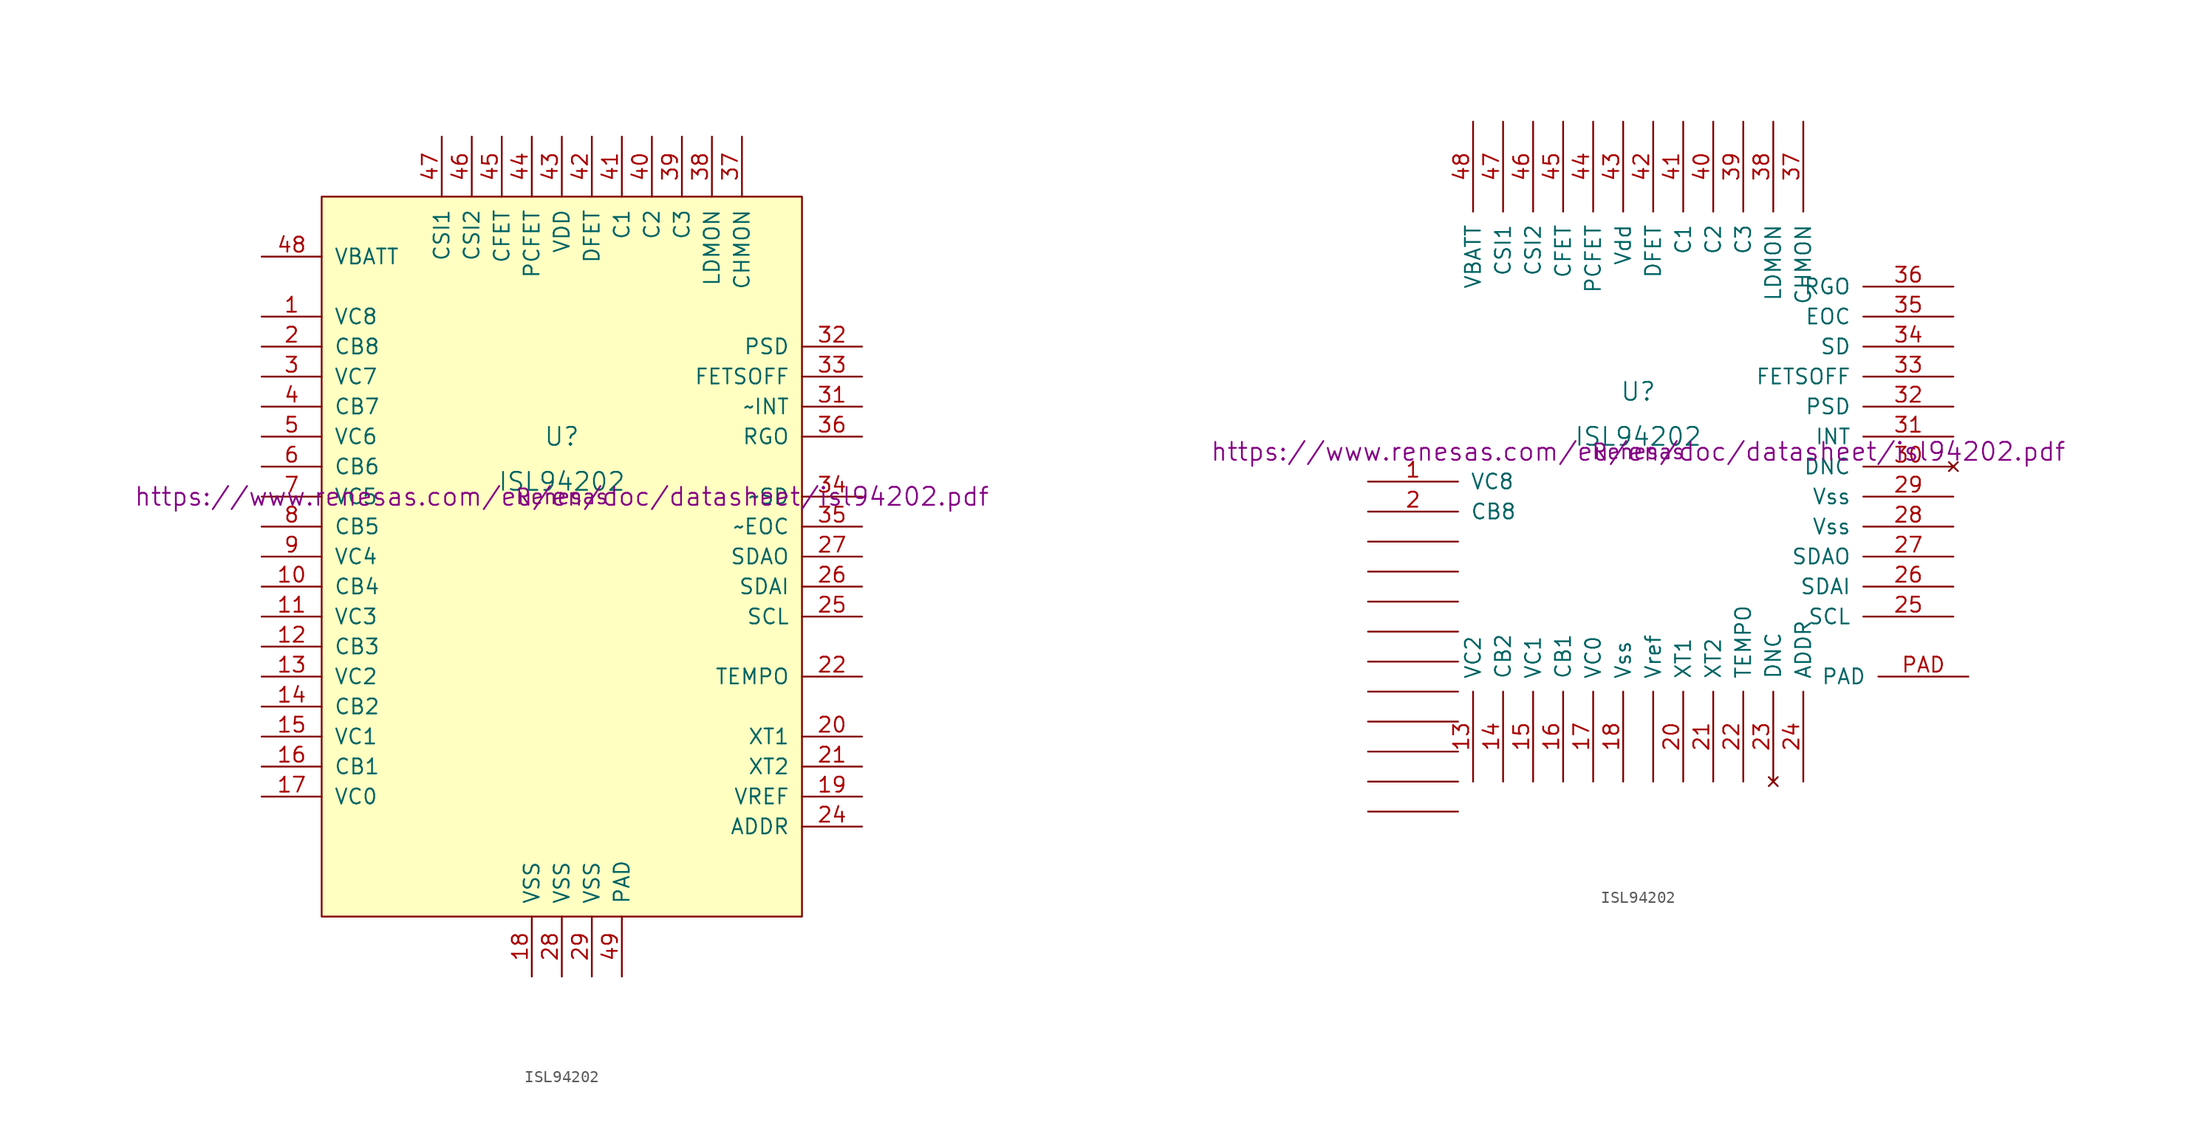
<source format=kicad_sym>
(kicad_symbol_lib
  (version 20220914)
  (generator kicad_symbol_editor)
  (symbol "ISL94202"
    (pin_names
      (offset 1.016))
    (property "Reference" "U"
      (at 0 5.08 0)
      (effects (font (size 1.524 1.524))))
    (property "Value" "ISL94202"
      (at 0 1.27 0)
      (effects (font (size 1.524 1.524))))
    (property "Datasheet" "https://www.renesas.com/eu/en/doc/datasheet/isl94202.pdf"
      (at 0 0 0)
      (effects (font (size 1.524 1.524))))
    (property "Manufacturer" "Renesas"
      (at 0 0 0)
      (effects (font (size 1.27 1.27))))
    (symbol "ISL94202_0_1"
      (rectangle (start -20.32 25.4) (end 20.32 -35.56) (stroke (width 0) (type default)) (fill (type background))))
    (symbol "ISL94202_1_1"
      (pin input line (at -25.4 15.24 0) (length 5.08) (name "VC8" (effects (font (size 1.27 1.27)))) (number "1" (effects (font (size 1.27 1.27)))))
      (pin output line (at -25.4 -7.62 0) (length 5.08) (name "CB4" (effects (font (size 1.27 1.27)))) (number "10" (effects (font (size 1.27 1.27)))))
      (pin input line (at -25.4 -10.16 0) (length 5.08) (name "VC3" (effects (font (size 1.27 1.27)))) (number "11" (effects (font (size 1.27 1.27)))))
      (pin output line (at -25.4 -12.7 0) (length 5.08) (name "CB3" (effects (font (size 1.27 1.27)))) (number "12" (effects (font (size 1.27 1.27)))))
      (pin input line (at -25.4 -15.24 0) (length 5.08) (name "VC2" (effects (font (size 1.27 1.27)))) (number "13" (effects (font (size 1.27 1.27)))))
      (pin output line (at -25.4 -17.78 0) (length 5.08) (name "CB2" (effects (font (size 1.27 1.27)))) (number "14" (effects (font (size 1.27 1.27)))))
      (pin input line (at -25.4 -20.32 0) (length 5.08) (name "VC1" (effects (font (size 1.27 1.27)))) (number "15" (effects (font (size 1.27 1.27)))))
      (pin output line (at -25.4 -22.86 0) (length 5.08) (name "CB1" (effects (font (size 1.27 1.27)))) (number "16" (effects (font (size 1.27 1.27)))))
      (pin input line (at -25.4 -25.4 0) (length 5.08) (name "VC0" (effects (font (size 1.27 1.27)))) (number "17" (effects (font (size 1.27 1.27)))))
      (pin power_in line (at -2.54 -40.64 90) (length 5.08) (name "VSS" (effects (font (size 1.27 1.27)))) (number "18" (effects (font (size 1.27 1.27)))))
      (pin power_out line (at 25.4 -25.4 180) (length 5.08) (name "VREF" (effects (font (size 1.27 1.27)))) (number "19" (effects (font (size 1.27 1.27)))))
      (pin output line (at -25.4 12.7 0) (length 5.08) (name "CB8" (effects (font (size 1.27 1.27)))) (number "2" (effects (font (size 1.27 1.27)))))
      (pin input line (at 25.4 -20.32 180) (length 5.08) (name "XT1" (effects (font (size 1.27 1.27)))) (number "20" (effects (font (size 1.27 1.27)))))
      (pin input line (at 25.4 -22.86 180) (length 5.08) (name "XT2" (effects (font (size 1.27 1.27)))) (number "21" (effects (font (size 1.27 1.27)))))
      (pin output line (at 25.4 -15.24 180) (length 5.08) (name "TEMPO" (effects (font (size 1.27 1.27)))) (number "22" (effects (font (size 1.27 1.27)))))
      (pin no_connect line (at -25.4 -30.48 0) (length 5.08) hide (name "DNC" (effects (font (size 1.27 1.27)))) (number "23" (effects (font (size 1.27 1.27)))))
      (pin input line (at 25.4 -27.94 180) (length 5.08) (name "ADDR" (effects (font (size 1.27 1.27)))) (number "24" (effects (font (size 1.27 1.27)))))
      (pin input line (at 25.4 -10.16 180) (length 5.08) (name "SCL" (effects (font (size 1.27 1.27)))) (number "25" (effects (font (size 1.27 1.27)))))
      (pin input line (at 25.4 -7.62 180) (length 5.08) (name "SDAI" (effects (font (size 1.27 1.27)))) (number "26" (effects (font (size 1.27 1.27)))))
      (pin output line (at 25.4 -5.08 180) (length 5.08) (name "SDAO" (effects (font (size 1.27 1.27)))) (number "27" (effects (font (size 1.27 1.27)))))
      (pin power_in line (at 0 -40.64 90) (length 5.08) (name "VSS" (effects (font (size 1.27 1.27)))) (number "28" (effects (font (size 1.27 1.27)))))
      (pin power_in line (at 2.54 -40.64 90) (length 5.08) (name "VSS" (effects (font (size 1.27 1.27)))) (number "29" (effects (font (size 1.27 1.27)))))
      (pin input line (at -25.4 10.16 0) (length 5.08) (name "VC7" (effects (font (size 1.27 1.27)))) (number "3" (effects (font (size 1.27 1.27)))))
      (pin no_connect line (at -25.4 -33.02 0) (length 5.08) hide (name "DNC" (effects (font (size 1.27 1.27)))) (number "30" (effects (font (size 1.27 1.27)))))
      (pin output line (at 25.4 7.62 180) (length 5.08) (name "~INT" (effects (font (size 1.27 1.27)))) (number "31" (effects (font (size 1.27 1.27)))))
      (pin output line (at 25.4 12.7 180) (length 5.08) (name "PSD" (effects (font (size 1.27 1.27)))) (number "32" (effects (font (size 1.27 1.27)))))
      (pin input line (at 25.4 10.16 180) (length 5.08) (name "FETSOFF" (effects (font (size 1.27 1.27)))) (number "33" (effects (font (size 1.27 1.27)))))
      (pin output line (at 25.4 0 180) (length 5.08) (name "~SD" (effects (font (size 1.27 1.27)))) (number "34" (effects (font (size 1.27 1.27)))))
      (pin output line (at 25.4 -2.54 180) (length 5.08) (name "~EOC" (effects (font (size 1.27 1.27)))) (number "35" (effects (font (size 1.27 1.27)))))
      (pin power_out line (at 25.4 5.08 180) (length 5.08) (name "RGO" (effects (font (size 1.27 1.27)))) (number "36" (effects (font (size 1.27 1.27)))))
      (pin input line (at 15.24 30.48 270) (length 5.08) (name "CHMON" (effects (font (size 1.27 1.27)))) (number "37" (effects (font (size 1.27 1.27)))))
      (pin input line (at 12.7 30.48 270) (length 5.08) (name "LDMON" (effects (font (size 1.27 1.27)))) (number "38" (effects (font (size 1.27 1.27)))))
      (pin power_out line (at 10.16 30.48 270) (length 5.08) (name "C3" (effects (font (size 1.27 1.27)))) (number "39" (effects (font (size 1.27 1.27)))))
      (pin output line (at -25.4 7.62 0) (length 5.08) (name "CB7" (effects (font (size 1.27 1.27)))) (number "4" (effects (font (size 1.27 1.27)))))
      (pin power_out line (at 7.62 30.48 270) (length 5.08) (name "C2" (effects (font (size 1.27 1.27)))) (number "40" (effects (font (size 1.27 1.27)))))
      (pin power_out line (at 5.08 30.48 270) (length 5.08) (name "C1" (effects (font (size 1.27 1.27)))) (number "41" (effects (font (size 1.27 1.27)))))
      (pin power_out line (at 2.54 30.48 270) (length 5.08) (name "DFET" (effects (font (size 1.27 1.27)))) (number "42" (effects (font (size 1.27 1.27)))))
      (pin power_in line (at 0 30.48 270) (length 5.08) (name "VDD" (effects (font (size 1.27 1.27)))) (number "43" (effects (font (size 1.27 1.27)))))
      (pin power_out line (at -2.54 30.48 270) (length 5.08) (name "PCFET" (effects (font (size 1.27 1.27)))) (number "44" (effects (font (size 1.27 1.27)))))
      (pin power_out line (at -5.08 30.48 270) (length 5.08) (name "CFET" (effects (font (size 1.27 1.27)))) (number "45" (effects (font (size 1.27 1.27)))))
      (pin input line (at -7.62 30.48 270) (length 5.08) (name "CSI2" (effects (font (size 1.27 1.27)))) (number "46" (effects (font (size 1.27 1.27)))))
      (pin input line (at -10.16 30.48 270) (length 5.08) (name "CSI1" (effects (font (size 1.27 1.27)))) (number "47" (effects (font (size 1.27 1.27)))))
      (pin input line (at -25.4 20.32 0) (length 5.08) (name "VBATT" (effects (font (size 1.27 1.27)))) (number "48" (effects (font (size 1.27 1.27)))))
      (pin power_in line (at 5.08 -40.64 90) (length 5.08) (name "PAD" (effects (font (size 1.27 1.27)))) (number "49" (effects (font (size 1.27 1.27)))))
      (pin input line (at -25.4 5.08 0) (length 5.08) (name "VC6" (effects (font (size 1.27 1.27)))) (number "5" (effects (font (size 1.27 1.27)))))
      (pin output line (at -25.4 2.54 0) (length 5.08) (name "CB6" (effects (font (size 1.27 1.27)))) (number "6" (effects (font (size 1.27 1.27)))))
      (pin input line (at -25.4 0 0) (length 5.08) (name "VC5" (effects (font (size 1.27 1.27)))) (number "7" (effects (font (size 1.27 1.27)))))
      (pin output line (at -25.4 -2.54 0) (length 5.08) (name "CB5" (effects (font (size 1.27 1.27)))) (number "8" (effects (font (size 1.27 1.27)))))
      (pin input line (at -25.4 -5.08 0) (length 5.08) (name "VC4" (effects (font (size 1.27 1.27)))) (number "9" (effects (font (size 1.27 1.27))))))
    (symbol "ISL94202_1_2"
      (pin input line (at -22.86 -2.54 0) (length 7.62) (name "VC8" (effects (font (size 1.27 1.27)))) (number "1" (effects (font (size 1.27 1.27)))))
      (pin input line (at -13.97 -27.94 90) (length 7.62) (name "VC2" (effects (font (size 1.27 1.27)))) (number "13" (effects (font (size 1.27 1.27)))))
      (pin output line (at -11.43 -27.94 90) (length 7.62) (name "CB2" (effects (font (size 1.27 1.27)))) (number "14" (effects (font (size 1.27 1.27)))))
      (pin input line (at -8.89 -27.94 90) (length 7.62) (name "VC1" (effects (font (size 1.27 1.27)))) (number "15" (effects (font (size 1.27 1.27)))))
      (pin output line (at -6.35 -27.94 90) (length 7.62) (name "CB1" (effects (font (size 1.27 1.27)))) (number "16" (effects (font (size 1.27 1.27)))))
      (pin input line (at -3.81 -27.94 90) (length 7.62) (name "VC0" (effects (font (size 1.27 1.27)))) (number "17" (effects (font (size 1.27 1.27)))))
      (pin power_in line (at -1.27 -27.94 90) (length 7.62) (name "Vss" (effects (font (size 1.27 1.27)))) (number "18" (effects (font (size 1.27 1.27)))))
      (pin output line (at -22.86 -5.08 0) (length 7.62) (name "CB8" (effects (font (size 1.27 1.27)))) (number "2" (effects (font (size 1.27 1.27)))))
      (pin input line (at 3.81 -27.94 90) (length 7.62) (name "XT1" (effects (font (size 1.27 1.27)))) (number "20" (effects (font (size 1.27 1.27)))))
      (pin input line (at 6.35 -27.94 90) (length 7.62) (name "XT2" (effects (font (size 1.27 1.27)))) (number "21" (effects (font (size 1.27 1.27)))))
      (pin output line (at 8.89 -27.94 90) (length 7.62) (name "TEMPO" (effects (font (size 1.27 1.27)))) (number "22" (effects (font (size 1.27 1.27)))))
      (pin no_connect line (at 11.43 -27.94 90) (length 7.62) (name "DNC" (effects (font (size 1.27 1.27)))) (number "23" (effects (font (size 1.27 1.27)))))
      (pin input line (at 13.97 -27.94 90) (length 7.62) (name "ADDR" (effects (font (size 1.27 1.27)))) (number "24" (effects (font (size 1.27 1.27)))))
      (pin input line (at 26.67 -13.97 180) (length 7.62) (name "SCL" (effects (font (size 1.27 1.27)))) (number "25" (effects (font (size 1.27 1.27)))))
      (pin input line (at 26.67 -11.43 180) (length 7.62) (name "SDAI" (effects (font (size 1.27 1.27)))) (number "26" (effects (font (size 1.27 1.27)))))
      (pin output line (at 26.67 -8.89 180) (length 7.62) (name "SDAO" (effects (font (size 1.27 1.27)))) (number "27" (effects (font (size 1.27 1.27)))))
      (pin power_in line (at 26.67 -6.35 180) (length 7.62) (name "Vss" (effects (font (size 1.27 1.27)))) (number "28" (effects (font (size 1.27 1.27)))))
      (pin power_in line (at 26.67 -3.81 180) (length 7.62) (name "Vss" (effects (font (size 1.27 1.27)))) (number "29" (effects (font (size 1.27 1.27)))))
      (pin no_connect line (at 26.67 -1.27 180) (length 7.62) (name "DNC" (effects (font (size 1.27 1.27)))) (number "30" (effects (font (size 1.27 1.27)))))
      (pin output line (at 26.67 1.27 180) (length 7.62) (name "INT" (effects (font (size 1.27 1.27)))) (number "31" (effects (font (size 1.27 1.27)))))
      (pin output line (at 26.67 3.81 180) (length 7.62) (name "PSD" (effects (font (size 1.27 1.27)))) (number "32" (effects (font (size 1.27 1.27)))))
      (pin input line (at 26.67 6.35 180) (length 7.62) (name "FETSOFF" (effects (font (size 1.27 1.27)))) (number "33" (effects (font (size 1.27 1.27)))))
      (pin output line (at 26.67 8.89 180) (length 7.62) (name "SD" (effects (font (size 1.27 1.27)))) (number "34" (effects (font (size 1.27 1.27)))))
      (pin output line (at 26.67 11.43 180) (length 7.62) (name "EOC" (effects (font (size 1.27 1.27)))) (number "35" (effects (font (size 1.27 1.27)))))
      (pin power_out line (at 26.67 13.97 180) (length 7.62) (name "RGO" (effects (font (size 1.27 1.27)))) (number "36" (effects (font (size 1.27 1.27)))))
      (pin input line (at 13.97 27.94 270) (length 7.62) (name "CHMON" (effects (font (size 1.27 1.27)))) (number "37" (effects (font (size 1.27 1.27)))))
      (pin input line (at 11.43 27.94 270) (length 7.62) (name "LDMON" (effects (font (size 1.27 1.27)))) (number "38" (effects (font (size 1.27 1.27)))))
      (pin power_out line (at 8.89 27.94 270) (length 7.62) (name "C3" (effects (font (size 1.27 1.27)))) (number "39" (effects (font (size 1.27 1.27)))))
      (pin power_out line (at 6.35 27.94 270) (length 7.62) (name "C2" (effects (font (size 1.27 1.27)))) (number "40" (effects (font (size 1.27 1.27)))))
      (pin power_out line (at 3.81 27.94 270) (length 7.62) (name "C1" (effects (font (size 1.27 1.27)))) (number "41" (effects (font (size 1.27 1.27)))))
      (pin power_out line (at 1.27 27.94 270) (length 7.62) (name "DFET" (effects (font (size 1.27 1.27)))) (number "42" (effects (font (size 1.27 1.27)))))
      (pin power_in line (at -1.27 27.94 270) (length 7.62) (name "Vdd" (effects (font (size 1.27 1.27)))) (number "43" (effects (font (size 1.27 1.27)))))
      (pin power_out line (at -3.81 27.94 270) (length 7.62) (name "PCFET" (effects (font (size 1.27 1.27)))) (number "44" (effects (font (size 1.27 1.27)))))
      (pin power_out line (at -6.35 27.94 270) (length 7.62) (name "CFET" (effects (font (size 1.27 1.27)))) (number "45" (effects (font (size 1.27 1.27)))))
      (pin input line (at -8.89 27.94 270) (length 7.62) (name "CSI2" (effects (font (size 1.27 1.27)))) (number "46" (effects (font (size 1.27 1.27)))))
      (pin input line (at -11.43 27.94 270) (length 7.62) (name "CSI1" (effects (font (size 1.27 1.27)))) (number "47" (effects (font (size 1.27 1.27)))))
      (pin input line (at -13.97 27.94 270) (length 7.62) (name "VBATT" (effects (font (size 1.27 1.27)))) (number "48" (effects (font (size 1.27 1.27)))))
      (pin power_in line (at 27.94 -19.05 180) (length 7.62) (name "PAD" (effects (font (size 1.27 1.27)))) (number "PAD" (effects (font (size 1.27 1.27)))))
      (pin power_out line (at 1.27 -27.94 90) (length 7.62) (name "Vref" (effects (font (size 1.27 1.27)))) (number "~" (effects (font (size 1.27 1.27)))))
      (pin output line (at -22.86 -30.48 0) (length 7.62) (name "~" (effects (font (size 1.27 1.27)))) (number "~" (effects (font (size 1.27 1.27)))))
      (pin output line (at -22.86 -27.94 0) (length 7.62) (name "~" (effects (font (size 1.27 1.27)))) (number "~" (effects (font (size 1.27 1.27)))))
      (pin output line (at -22.86 -25.4 0) (length 7.62) (name "~" (effects (font (size 1.27 1.27)))) (number "~" (effects (font (size 1.27 1.27)))))
      (pin output line (at -22.86 -22.86 0) (length 7.62) (name "~" (effects (font (size 1.27 1.27)))) (number "~" (effects (font (size 1.27 1.27)))))
      (pin output line (at -22.86 -20.32 0) (length 7.62) (name "~" (effects (font (size 1.27 1.27)))) (number "~" (effects (font (size 1.27 1.27)))))
      (pin output line (at -22.86 -17.78 0) (length 7.62) (name "~" (effects (font (size 1.27 1.27)))) (number "~" (effects (font (size 1.27 1.27)))))
      (pin output line (at -22.86 -15.24 0) (length 7.62) (name "~" (effects (font (size 1.27 1.27)))) (number "~" (effects (font (size 1.27 1.27)))))
      (pin output line (at -22.86 -12.7 0) (length 7.62) (name "~" (effects (font (size 1.27 1.27)))) (number "~" (effects (font (size 1.27 1.27)))))
      (pin output line (at -22.86 -10.16 0) (length 7.62) (name "~" (effects (font (size 1.27 1.27)))) (number "~" (effects (font (size 1.27 1.27)))))
      (pin output line (at -22.86 -7.62 0) (length 7.62) (name "~" (effects (font (size 1.27 1.27)))) (number "~" (effects (font (size 1.27 1.27))))))))
</source>
